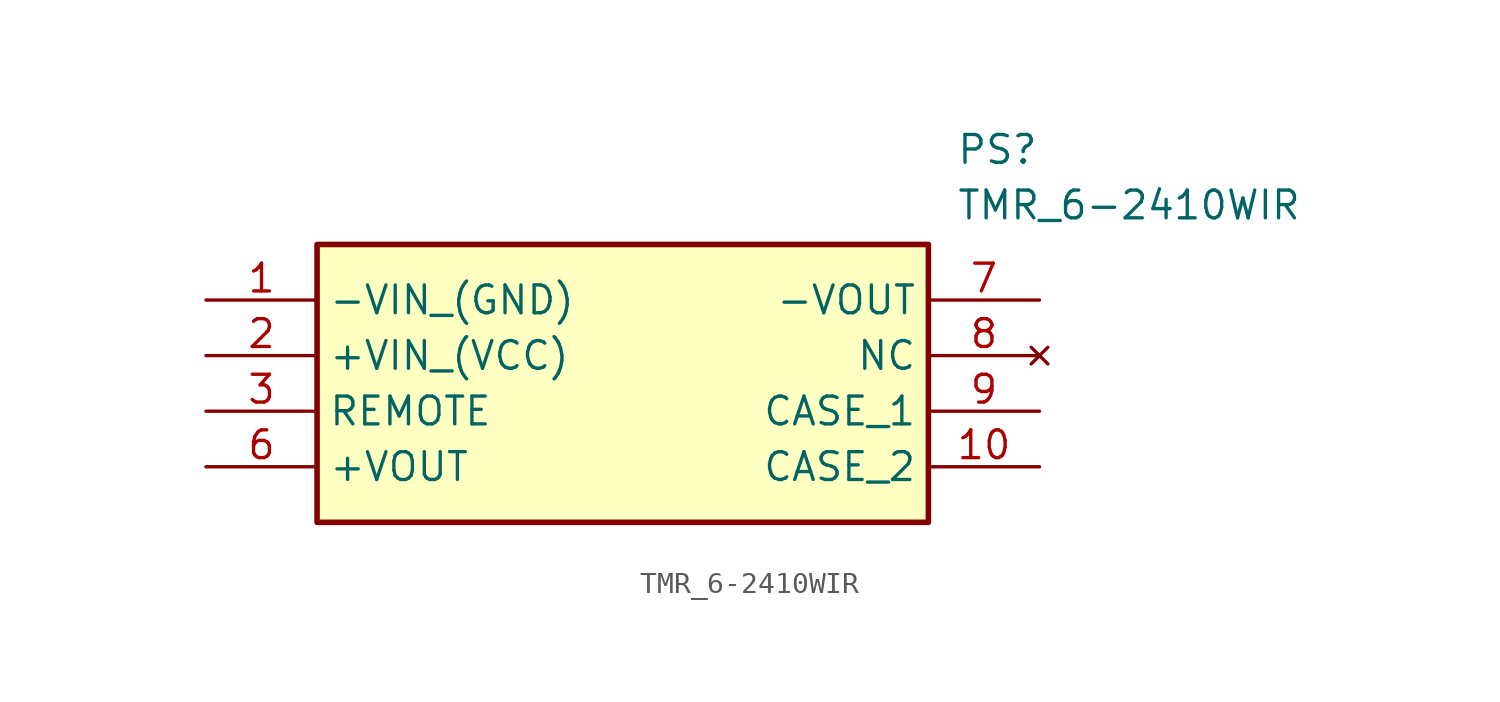
<source format=kicad_sym>
(kicad_symbol_lib
  (version 20211014)
  (generator SamacSys_ECAD_Model)
  (symbol "TMR_6-2410WIR"
    (property "Reference" "PS"
      (at 34.29 7.62 0)
      (effects (font (size 1.27 1.27)) (justify left top)))
    (property "Value" "TMR_6-2410WIR"
      (at 34.29 5.08 0)
      (effects (font (size 1.27 1.27)) (justify left top)))
    (rectangle
      (start 5.08 2.54)
      (end 33.02 -10.16)
      (stroke (width 0.254) (type default))
      (fill (type background)))
    (pin passive line
      (at 0 0 0)
      (length 5.08)
      (name "-VIN_(GND)" (effects (font (size 1.27 1.27))))
      (number "1" (effects (font (size 1.27 1.27)))))
    (pin passive line
      (at 0 -2.54 0)
      (length 5.08)
      (name "+VIN_(VCC)" (effects (font (size 1.27 1.27))))
      (number "2" (effects (font (size 1.27 1.27)))))
    (pin passive line
      (at 0 -5.08 0)
      (length 5.08)
      (name "REMOTE" (effects (font (size 1.27 1.27))))
      (number "3" (effects (font (size 1.27 1.27)))))
    (pin passive line
      (at 0 -7.62 0)
      (length 5.08)
      (name "+VOUT" (effects (font (size 1.27 1.27))))
      (number "6" (effects (font (size 1.27 1.27)))))
    (pin passive line
      (at 38.1 0 180)
      (length 5.08)
      (name "-VOUT" (effects (font (size 1.27 1.27))))
      (number "7" (effects (font (size 1.27 1.27)))))
    (pin no_connect line
      (at 38.1 -2.54 180)
      (length 5.08)
      (name "NC" (effects (font (size 1.27 1.27))))
      (number "8" (effects (font (size 1.27 1.27)))))
    (pin passive line
      (at 38.1 -5.08 180)
      (length 5.08)
      (name "CASE_1" (effects (font (size 1.27 1.27))))
      (number "9" (effects (font (size 1.27 1.27)))))
    (pin passive line
      (at 38.1 -7.62 180)
      (length 5.08)
      (name "CASE_2" (effects (font (size 1.27 1.27))))
      (number "10" (effects (font (size 1.27 1.27)))))))
</source>
